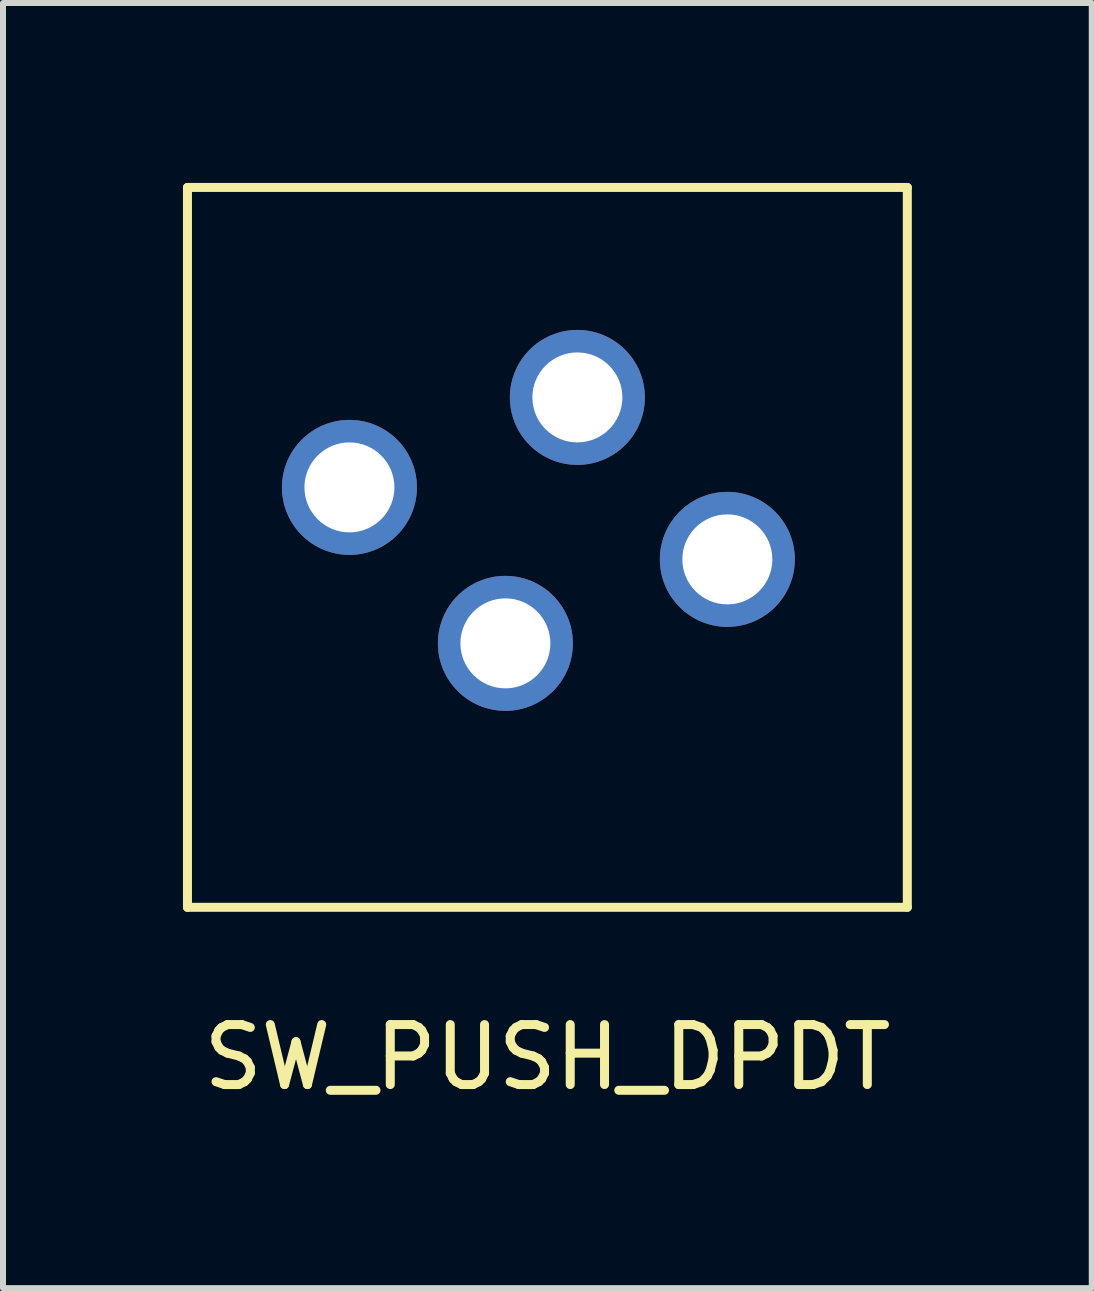
<source format=kicad_pcb>
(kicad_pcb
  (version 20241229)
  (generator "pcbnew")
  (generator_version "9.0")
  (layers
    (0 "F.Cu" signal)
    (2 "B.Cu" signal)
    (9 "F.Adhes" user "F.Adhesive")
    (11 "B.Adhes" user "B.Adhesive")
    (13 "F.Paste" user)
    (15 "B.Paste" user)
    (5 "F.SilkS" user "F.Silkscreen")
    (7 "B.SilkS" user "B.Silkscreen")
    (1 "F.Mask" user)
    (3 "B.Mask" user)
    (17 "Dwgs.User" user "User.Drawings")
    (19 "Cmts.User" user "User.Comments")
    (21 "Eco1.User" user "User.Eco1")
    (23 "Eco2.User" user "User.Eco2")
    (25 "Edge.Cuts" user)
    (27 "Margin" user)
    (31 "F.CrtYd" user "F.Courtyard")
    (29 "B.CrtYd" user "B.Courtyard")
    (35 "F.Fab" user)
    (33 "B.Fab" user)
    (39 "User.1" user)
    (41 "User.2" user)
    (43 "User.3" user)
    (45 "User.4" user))
  (footprint "SW_PUSH_DPDT"
    (layer "F.Cu")
    (at 6.075 14.075)
    (property "Reference" "SW_PUSH_DPDT" (at 0 0.5 0) (layer "F.SilkS") (effects (font (size 1 1) (thickness 0.15))))
    (attr through_hole)
    (fp_line (start -6 -14) (end 6 -14) (stroke (width 0.15) (type solid)) (layer "F.SilkS"))
    (fp_line (start -6 -2) (end -6 -14) (stroke (width 0.15) (type solid)) (layer "F.SilkS"))
    (fp_line (start 6 -14) (end 6 -2) (stroke (width 0.15) (type solid)) (layer "F.SilkS"))
    (fp_line (start 6 -2) (end -6 -2) (stroke (width 0.15) (type solid)) (layer "F.SilkS"))
    (pad "1" thru_hole circle (at 0.5 -10.5) (size 2.25 2.25) (drill 1.5) (layers "*.Cu" "*.Mask"))
    (pad "2" thru_hole circle (at -3.3 -9) (size 2.25 2.25) (drill 1.5) (layers "*.Cu" "*.Mask"))
    (pad "3" thru_hole circle (at -0.7 -6.4) (size 2.25 2.25) (drill 1.5) (layers "*.Cu" "*.Mask"))
    (pad "4" thru_hole circle (at 3 -7.8) (size 2.25 2.25) (drill 1.5) (layers "*.Cu" "*.Mask")))
  (gr_rect
    (start -3 -3)
    (end 15.15 18.423)
    (stroke (width 0.1) (type default))
    (fill no)
    (layer "Edge.Cuts")))
</source>
